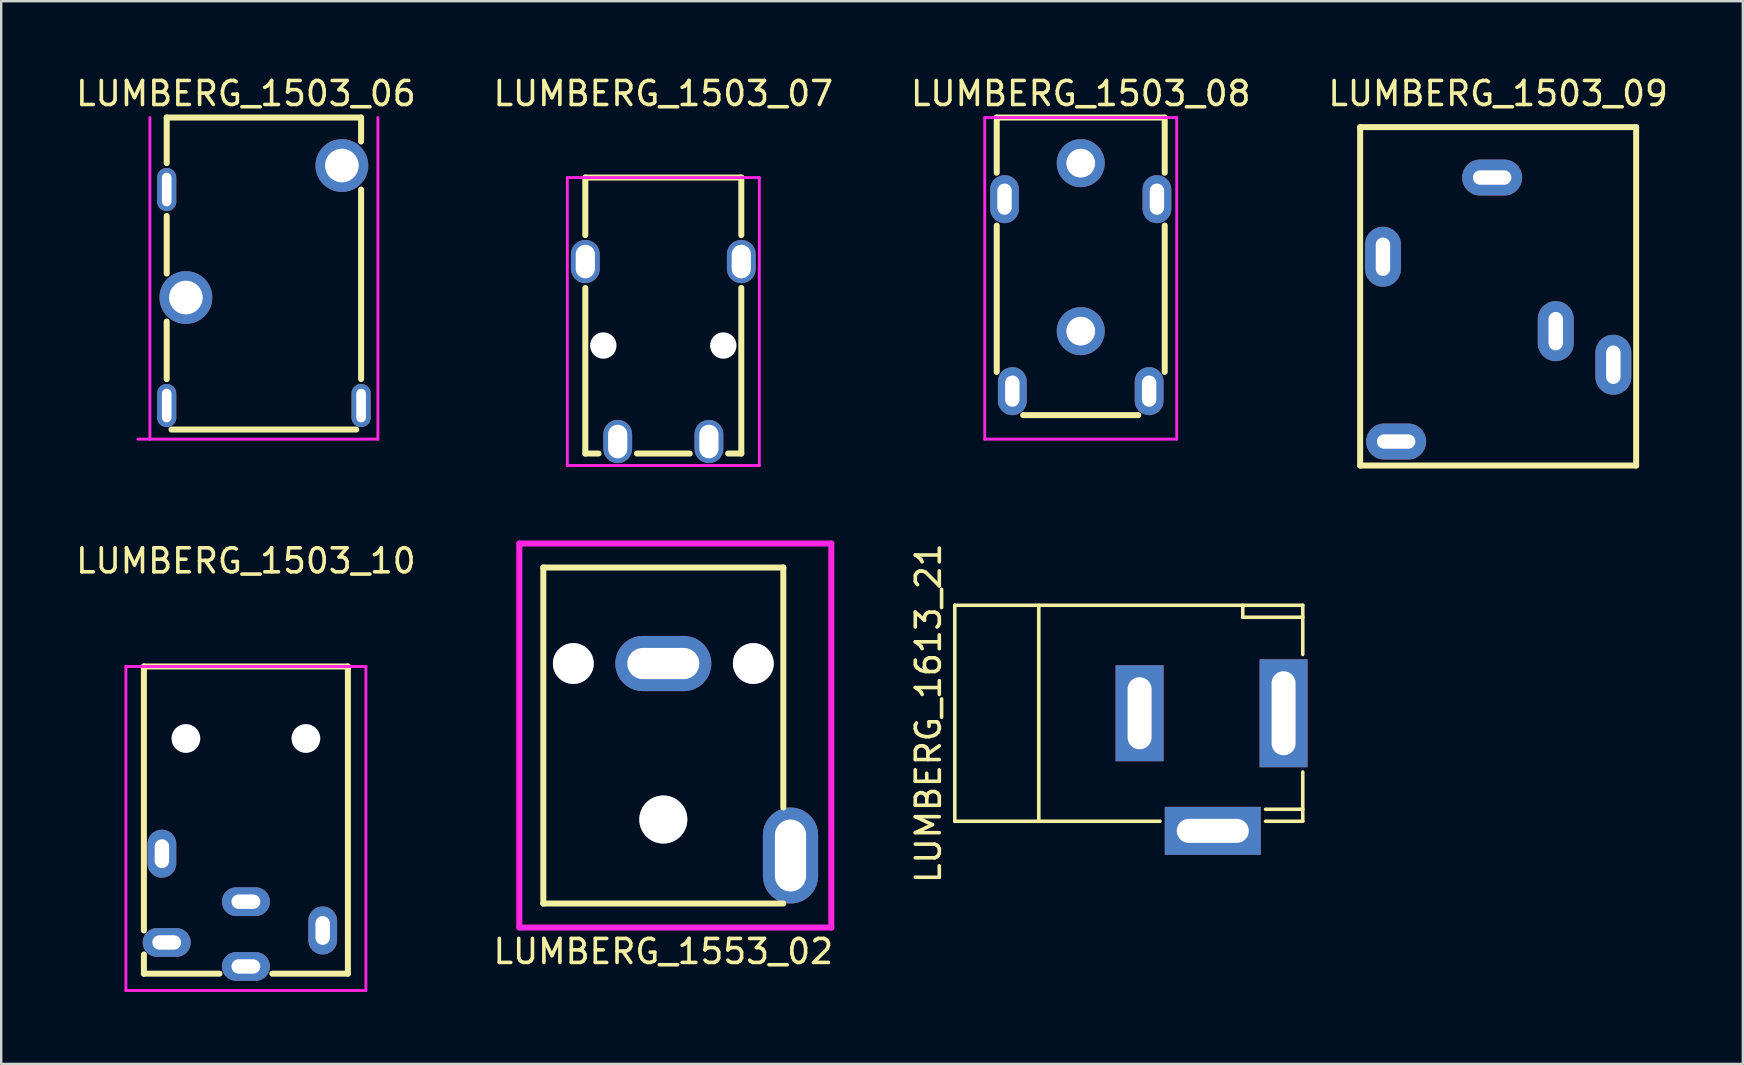
<source format=kicad_pcb>
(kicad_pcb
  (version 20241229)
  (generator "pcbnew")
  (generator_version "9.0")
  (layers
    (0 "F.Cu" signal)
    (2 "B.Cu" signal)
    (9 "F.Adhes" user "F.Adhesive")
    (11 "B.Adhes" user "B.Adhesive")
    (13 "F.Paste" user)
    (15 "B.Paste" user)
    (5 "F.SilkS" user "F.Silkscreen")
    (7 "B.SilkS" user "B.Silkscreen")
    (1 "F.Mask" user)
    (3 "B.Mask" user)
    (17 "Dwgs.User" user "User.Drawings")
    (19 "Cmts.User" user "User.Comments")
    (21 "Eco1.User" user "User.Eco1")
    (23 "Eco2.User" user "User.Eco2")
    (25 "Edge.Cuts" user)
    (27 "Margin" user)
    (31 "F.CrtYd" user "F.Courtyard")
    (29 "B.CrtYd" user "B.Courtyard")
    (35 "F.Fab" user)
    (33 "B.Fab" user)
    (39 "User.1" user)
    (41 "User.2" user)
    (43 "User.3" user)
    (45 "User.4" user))
  (footprint "LUMBERG_1503_07"
    (layer "F.Cu")
    (at 24.589 4.348)
    (property "Reference" "LUMBERG_1503_07" (at 0 -3.5 0) (layer "F.SilkS") (effects (font (size 1 1) (thickness 0.15))))
    (attr through_hole)
    (fp_line (start -3.25 0) (end -3.25 2.4) (stroke (width 0.25) (type solid)) (layer "F.SilkS"))
    (fp_line (start -3.25 0) (end 3.25 0) (stroke (width 0.25) (type solid)) (layer "F.SilkS"))
    (fp_line (start -3.25 4.6) (end -3.25 11.5) (stroke (width 0.25) (type solid)) (layer "F.SilkS"))
    (fp_line (start -3.25 11.5) (end -2.7 11.5) (stroke (width 0.25) (type solid)) (layer "F.SilkS"))
    (fp_line (start -1.1 11.5) (end 1.1 11.5) (stroke (width 0.25) (type solid)) (layer "F.SilkS"))
    (fp_line (start 3.25 2.4) (end 3.25 0) (stroke (width 0.25) (type solid)) (layer "F.SilkS"))
    (fp_line (start 3.25 11.5) (end 2.7 11.5) (stroke (width 0.25) (type solid)) (layer "F.SilkS"))
    (fp_line (start 3.25 11.5) (end 3.25 4.6) (stroke (width 0.25) (type solid)) (layer "F.SilkS"))
    (fp_line (start -4 0) (end -4 12) (stroke (width 0.12) (type solid)) (layer "F.CrtYd"))
    (fp_line (start -4 0) (end 4 0) (stroke (width 0.12) (type solid)) (layer "F.CrtYd"))
    (fp_line (start -4 12) (end 4 12) (stroke (width 0.12) (type solid)) (layer "F.CrtYd"))
    (fp_line (start 4 12) (end 4 0) (stroke (width 0.12) (type solid)) (layer "F.CrtYd"))
    (pad "" np_thru_hole circle (at -2.5 7) (size 1.1 1.1) (drill 1.1) (layers "*.Cu" "*.Mask"))
    (pad "" np_thru_hole circle (at 2.5 7) (size 1.1 1.1) (drill 1.1) (layers "*.Cu" "*.Mask"))
    (pad "R" thru_hole oval (at 1.9 11) (size 1.2 1.8) (drill oval 0.8 1.4) (layers "*.Cu" "*.Mask"))
    (pad "S" thru_hole oval (at -1.9 11) (size 1.2 1.8) (drill oval 0.8 1.4) (layers "*.Cu" "*.Mask"))
    (pad "T" thru_hole oval (at -3.25 3.5) (size 1.2 1.8) (drill oval 0.8 1.4) (layers "*.Cu" "*.Mask"))
    (pad "T" thru_hole oval (at 3.25 3.5) (size 1.2 1.8) (drill oval 0.8 1.4) (layers "*.Cu" "*.Mask")))
  (footprint "LUMBERG_1503_08"
    (layer "F.Cu")
    (at 41.982 2.248)
    (property "Reference" "LUMBERG_1503_08" (at 0 -1.4 0) (layer "F.SilkS") (effects (font (size 1 1) (thickness 0.15))))
    (attr through_hole)
    (fp_line (start -3.5 -0.4) (end -3.5 1.9) (stroke (width 0.25) (type solid)) (layer "F.SilkS"))
    (fp_line (start -3.5 -0.4) (end 3.5 -0.4) (stroke (width 0.25) (type solid)) (layer "F.SilkS"))
    (fp_line (start -3.5 4.1) (end -3.5 10.2) (stroke (width 0.25) (type solid)) (layer "F.SilkS"))
    (fp_line (start -2.4 12) (end 2.4 12) (stroke (width 0.25) (type solid)) (layer "F.SilkS"))
    (fp_line (start 3.5 -0.4) (end 3.5 1.9) (stroke (width 0.25) (type solid)) (layer "F.SilkS"))
    (fp_line (start 3.5 10.2) (end 3.5 4.1) (stroke (width 0.25) (type solid)) (layer "F.SilkS"))
    (fp_line (start -4 -0.4) (end -4 13) (stroke (width 0.12) (type solid)) (layer "F.CrtYd"))
    (fp_line (start -4 -0.4) (end 4 -0.4) (stroke (width 0.12) (type solid)) (layer "F.CrtYd"))
    (fp_line (start -4 13) (end 4 13) (stroke (width 0.12) (type solid)) (layer "F.CrtYd"))
    (fp_line (start 4 13) (end 4 -0.4) (stroke (width 0.12) (type solid)) (layer "F.CrtYd"))
    (pad "" np_thru_hole circle (at 0 1.5) (size 2 2) (drill 1.2) (layers "*.Cu" "*.Mask"))
    (pad "" np_thru_hole circle (at 0 8.5) (size 2 2) (drill 1.2) (layers "*.Cu" "*.Mask"))
    (pad "R" thru_hole oval (at 2.85 11) (size 1.2 2) (drill oval 0.6 1.3) (layers "*.Cu" "*.Mask"))
    (pad "S" thru_hole oval (at -2.85 11) (size 1.2 2) (drill oval 0.6 1.3) (layers "*.Cu" "*.Mask"))
    (pad "T" thru_hole oval (at -3.175 3) (size 1.2 2) (drill oval 0.6 1.3) (layers "*.Cu" "*.Mask"))
    (pad "T" thru_hole oval (at 3.175 3) (size 1.2 2) (drill oval 0.6 1.3) (layers "*.Cu" "*.Mask")))
  (footprint "LUMBERG_1503_06"
    (layer "F.Cu")
    (at 7.196 1.848)
    (property "Reference" "LUMBERG_1503_06" (at 0 -1 0) (layer "F.SilkS") (effects (font (size 1 1) (thickness 0.15))))
    (attr through_hole)
    (fp_line (start -3.3 0) (end 4.8 0) (stroke (width 0.25) (type solid)) (layer "F.SilkS"))
    (fp_line (start -3.3 1.9) (end -3.3 0) (stroke (width 0.25) (type solid)) (layer "F.SilkS"))
    (fp_line (start -3.3 4.1) (end -3.3 6.5) (stroke (width 0.25) (type solid)) (layer "F.SilkS"))
    (fp_line (start -3.3 8.5) (end -3.3 10.9) (stroke (width 0.25) (type solid)) (layer "F.SilkS"))
    (fp_line (start -3.1 13) (end 4.6 13) (stroke (width 0.25) (type solid)) (layer "F.SilkS"))
    (fp_line (start 4.8 0) (end 4.8 1) (stroke (width 0.25) (type solid)) (layer "F.SilkS"))
    (fp_line (start 4.8 3) (end 4.8 10.9) (stroke (width 0.25) (type solid)) (layer "F.SilkS"))
    (fp_line (start -4 13.4) (end -4 0) (stroke (width 0.12) (type solid)) (layer "F.CrtYd"))
    (fp_line (start 5.5 0) (end 5.5 13.4) (stroke (width 0.12) (type solid)) (layer "F.CrtYd"))
    (fp_line (start 5.5 13.4) (end -4.5 13.4) (stroke (width 0.12) (type solid)) (layer "F.CrtYd"))
    (pad "" np_thru_hole circle (at -2.5 7.5) (size 2.2 2.2) (drill 1.4) (layers "*.Cu" "*.Mask"))
    (pad "" np_thru_hole circle (at 4 2) (size 2.2 2.2) (drill 1.4) (layers "*.Cu" "*.Mask"))
    (pad "1" thru_hole oval (at -3.3 3) (size 0.8 1.8) (drill oval 0.4 1.4) (layers "*.Cu" "*.Mask"))
    (pad "2" thru_hole oval (at -3.3 12) (size 0.8 1.8) (drill oval 0.4 1.4) (layers "*.Cu" "*.Mask"))
    (pad "3" thru_hole oval (at 4.8 12) (size 0.8 1.8) (drill oval 0.4 1.4) (layers "*.Cu" "*.Mask")))
  (footprint "LUMBERG_1553_02"
    (layer "F.Cu")
    (at 24.589 24.598)
    (property "Reference" "LUMBERG_1553_02" (at 0 12 0) (layer "F.SilkS") (effects (font (size 1 1) (thickness 0.15))))
    (attr through_hole)
    (fp_line (start -5 -4) (end -5 10) (stroke (width 0.25) (type solid)) (layer "F.SilkS"))
    (fp_line (start -5 -4) (end 5 -4) (stroke (width 0.25) (type solid)) (layer "F.SilkS"))
    (fp_line (start -5 10) (end 5 10) (stroke (width 0.25) (type solid)) (layer "F.SilkS"))
    (fp_line (start 5 -4) (end 5 6) (stroke (width 0.25) (type solid)) (layer "F.SilkS"))
    (fp_line (start -6 -5) (end 7 -5) (stroke (width 0.25) (type solid)) (layer "F.CrtYd"))
    (fp_line (start -6 11) (end -6 -5) (stroke (width 0.25) (type solid)) (layer "F.CrtYd"))
    (fp_line (start 7 -5) (end 7 11) (stroke (width 0.25) (type solid)) (layer "F.CrtYd"))
    (fp_line (start 7 11) (end -6 11) (stroke (width 0.25) (type solid)) (layer "F.CrtYd"))
    (pad "" thru_hole circle (at -3.75 0) (size 1.7 1.7) (drill 1.7) (layers "*.Cu" "*.Mask"))
    (pad "" thru_hole circle (at 0 6.5) (size 2 2) (drill 2) (layers "*.Cu" "*.Mask"))
    (pad "" thru_hole circle (at 3.75 0) (size 1.7 1.7) (drill 1.7) (layers "*.Cu" "*.Mask"))
    (pad "1" thru_hole oval (at 5.3 8 90) (size 4 2.3) (drill oval 3 1.3) (layers "*.Cu" "*.Mask"))
    (pad "2" thru_hole oval (at 0 0) (size 4 2.3) (drill oval 3 1.3) (layers "*.Cu" "*.Mask")))
  (footprint "LUMBERG_1613_21"
    (layer "F.Cu")
    (at 50.434 26.67)
    (property "Reference" "LUMBERG_1613_21" (at -14.8 0 90) (layer "F.SilkS") (effects (font (size 1 1) (thickness 0.15))))
    (attr through_hole)
    (fp_line (start -13.7 -4.5) (end -13.7 4.5) (stroke (width 0.15) (type solid)) (layer "F.SilkS"))
    (fp_line (start -13.7 -4.5) (end 0.8 -4.5) (stroke (width 0.15) (type solid)) (layer "F.SilkS"))
    (fp_line (start -13.7 4.5) (end -5.15 4.5) (stroke (width 0.15) (type solid)) (layer "F.SilkS"))
    (fp_line (start -10.2 -4.5) (end -10.2 4.5) (stroke (width 0.15) (type solid)) (layer "F.SilkS"))
    (fp_line (start -1.7 -4.5) (end -1.7 -4) (stroke (width 0.15) (type solid)) (layer "F.SilkS"))
    (fp_line (start -0.75 4) (end 0.8 4) (stroke (width 0.15) (type solid)) (layer "F.SilkS"))
    (fp_line (start -0.75 4.5) (end 0.8 4.5) (stroke (width 0.15) (type solid)) (layer "F.SilkS"))
    (fp_line (start 0.8 -4.5) (end 0.8 -2.45) (stroke (width 0.15) (type solid)) (layer "F.SilkS"))
    (fp_line (start 0.8 -4) (end -1.7 -4) (stroke (width 0.15) (type solid)) (layer "F.SilkS"))
    (fp_line (start 0.8 4.5) (end 0.8 2.45) (stroke (width 0.15) (type solid)) (layer "F.SilkS"))
    (pad "1" thru_hole rect (at 0 0) (size 2 4.5) (drill oval 1 3.5) (layers "*.Cu" "*.Mask"))
    (pad "2" thru_hole rect (at -2.95 4.9 180) (size 4 2) (drill oval 3 1) (layers "*.Cu" "*.Mask"))
    (pad "3" thru_hole rect (at -6 0) (size 2 4) (drill oval 1 3) (layers "*.Cu" "*.Mask")))
  (footprint "LUMBERG_1503_10"
    (layer "F.Cu")
    (at 7.196 24.721)
    (property "Reference" "LUMBERG_1503_10" (at 0 -4.4 0) (layer "F.SilkS") (effects (font (size 1 1) (thickness 0.15))))
    (attr through_hole)
    (fp_line (start -4.25 0) (end -4.25 11) (stroke (width 0.25) (type solid)) (layer "F.SilkS"))
    (fp_line (start -4.25 0) (end 4.25 0) (stroke (width 0.25) (type solid)) (layer "F.SilkS"))
    (fp_line (start -4.25 12.8) (end -4.25 12) (stroke (width 0.25) (type solid)) (layer "F.SilkS"))
    (fp_line (start -4.25 12.8) (end -1.1 12.8) (stroke (width 0.25) (type solid)) (layer "F.SilkS"))
    (fp_line (start 4.25 12.8) (end 1.1 12.8) (stroke (width 0.25) (type solid)) (layer "F.SilkS"))
    (fp_line (start 4.25 12.8) (end 4.25 0) (stroke (width 0.25) (type solid)) (layer "F.SilkS"))
    (fp_line (start -5 0) (end 5 0) (stroke (width 0.12) (type solid)) (layer "F.CrtYd"))
    (fp_line (start -5 13.5) (end -5 0) (stroke (width 0.12) (type solid)) (layer "F.CrtYd"))
    (fp_line (start 5 0) (end 5 13.5) (stroke (width 0.12) (type solid)) (layer "F.CrtYd"))
    (fp_line (start 5 13.5) (end -5 13.5) (stroke (width 0.12) (type solid)) (layer "F.CrtYd"))
    (pad "" np_thru_hole circle (at -2.5 3) (size 1.2 1.2) (drill 1.2) (layers "*.Cu" "*.Mask"))
    (pad "" np_thru_hole circle (at 2.5 3) (size 1.2 1.2) (drill 1.2) (layers "*.Cu" "*.Mask"))
    (pad "1" thru_hole oval (at -3.5 7.8) (size 1.2 2) (drill oval 0.6 1.2) (layers "*.Cu" "*.Mask"))
    (pad "2" thru_hole oval (at 0 9.8) (size 2 1.2) (drill oval 1.2 0.6) (layers "*.Cu" "*.Mask"))
    (pad "3" thru_hole oval (at -3.3 11.5) (size 2 1.2) (drill oval 1.2 0.6) (layers "*.Cu" "*.Mask"))
    (pad "4" thru_hole oval (at 3.2 11) (size 1.2 2) (drill oval 0.6 1.2) (layers "*.Cu" "*.Mask"))
    (pad "5" thru_hole oval (at 0 12.5) (size 2 1.2) (drill oval 1.2 0.6) (layers "*.Cu" "*.Mask")))
  (footprint "LUMBERG_1503_09"
    (layer "F.Cu")
    (at 59.375 2.248)
    (property "Reference" "LUMBERG_1503_09" (at 0 -1.4 0) (layer "F.SilkS") (effects (font (size 1 1) (thickness 0.15))))
    (attr through_hole)
    (fp_line (start -5.75 0) (end -5.75 14.1) (stroke (width 0.25) (type solid)) (layer "F.SilkS"))
    (fp_line (start -5.75 0) (end 5.75 0) (stroke (width 0.25) (type solid)) (layer "F.SilkS"))
    (fp_line (start -5.75 14.1) (end 5.75 14.1) (stroke (width 0.25) (type solid)) (layer "F.SilkS"))
    (fp_line (start 5.75 14.1) (end 5.75 0) (stroke (width 0.25) (type solid)) (layer "F.SilkS"))
    (pad "1" thru_hole oval (at -0.25 2.1) (size 2.5 1.5) (drill oval 1.6 0.6) (layers "*.Cu" "*.Mask"))
    (pad "2" thru_hole oval (at -4.8 5.4) (size 1.5 2.5) (drill oval 0.6 1.6) (layers "*.Cu" "*.Mask"))
    (pad "3" thru_hole oval (at 4.8 9.9) (size 1.5 2.5) (drill oval 0.6 1.6) (layers "*.Cu" "*.Mask"))
    (pad "4" thru_hole oval (at -4.25 13.1) (size 2.5 1.5) (drill oval 1.6 0.6) (layers "*.Cu" "*.Mask"))
    (pad "5" thru_hole oval (at 2.4 8.5) (size 1.5 2.5) (drill oval 0.6 1.6) (layers "*.Cu" "*.Mask")))
  (gr_rect
    (start -3 -3)
    (end 69.571 41.282)
    (stroke (width 0.1) (type default))
    (fill no)
    (layer "Edge.Cuts")))
</source>
